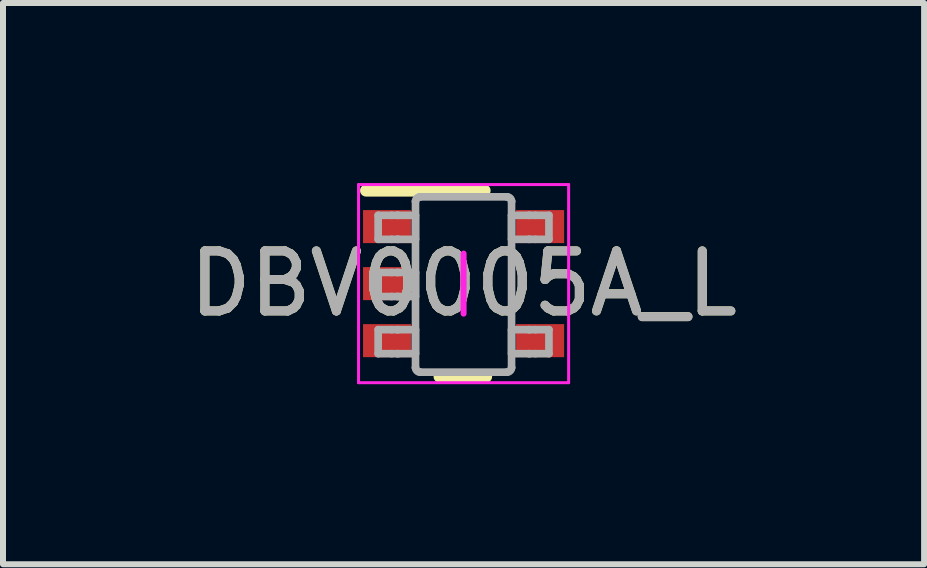
<source format=kicad_pcb>
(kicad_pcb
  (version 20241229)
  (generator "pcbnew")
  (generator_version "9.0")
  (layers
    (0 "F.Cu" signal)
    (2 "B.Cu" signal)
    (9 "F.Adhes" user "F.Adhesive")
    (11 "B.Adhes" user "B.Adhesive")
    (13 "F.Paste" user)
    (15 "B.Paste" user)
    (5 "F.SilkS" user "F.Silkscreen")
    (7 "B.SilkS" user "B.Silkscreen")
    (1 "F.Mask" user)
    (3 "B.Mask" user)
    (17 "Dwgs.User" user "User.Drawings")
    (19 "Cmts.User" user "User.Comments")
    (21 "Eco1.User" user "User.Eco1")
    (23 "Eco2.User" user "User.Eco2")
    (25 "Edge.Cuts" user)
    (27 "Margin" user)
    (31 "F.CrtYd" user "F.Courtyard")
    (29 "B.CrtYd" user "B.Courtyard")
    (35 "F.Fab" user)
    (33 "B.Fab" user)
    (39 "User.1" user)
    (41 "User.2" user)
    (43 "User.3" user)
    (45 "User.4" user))
  (footprint "DBV0005A_L"
    (layer "F.Cu")
    (at 4.673 1.675)
    (property "Reference" "DBV0005A_L" (at 0 0 0) (unlocked yes) (layer "F.SilkS") (effects (font (size 1 1) (thickness 0.15))))
    (attr smd)
    (fp_line (start -1.625 -1.55) (end 0.35 -1.55) (stroke (width 0.2) (type solid)) (layer "F.SilkS"))
    (fp_line (start -0.4 1.55) (end 0.375 1.55) (stroke (width 0.2) (type solid)) (layer "F.SilkS"))
    (fp_line (start -1.75 -1.65) (end 1.75 -1.65) (stroke (width 0.05) (type solid)) (layer "F.CrtYd"))
    (fp_line (start -1.75 1.65) (end -1.75 -1.65) (stroke (width 0.05) (type solid)) (layer "F.CrtYd"))
    (fp_line (start -1.75 1.65) (end 1.75 1.65) (stroke (width 0.05) (type solid)) (layer "F.CrtYd"))
    (fp_line (start 0 0.5) (end 0 -0.5) (stroke (width 0.1) (type solid)) (layer "F.CrtYd"))
    (fp_line (start 1.75 1.65) (end 1.75 -1.65) (stroke (width 0.05) (type solid)) (layer "F.CrtYd"))
    (fp_line (start -1.423 -1.138) (end -1.199 -1.138) (stroke (width 0.127) (type solid)) (layer "F.Fab"))
    (fp_line (start -1.423 -0.738) (end -1.423 -1.138) (stroke (width 0.127) (type solid)) (layer "F.Fab"))
    (fp_line (start -1.423 -0.738) (end -1.199 -0.738) (stroke (width 0.127) (type solid)) (layer "F.Fab"))
    (fp_line (start -1.423 -0.186) (end -1.199 -0.186) (stroke (width 0.127) (type solid)) (layer "F.Fab"))
    (fp_line (start -1.423 0.215) (end -1.423 -0.186) (stroke (width 0.127) (type solid)) (layer "F.Fab"))
    (fp_line (start -1.423 0.215) (end -1.199 0.215) (stroke (width 0.127) (type solid)) (layer "F.Fab"))
    (fp_line (start -1.423 0.767) (end -1.199 0.767) (stroke (width 0.127) (type solid)) (layer "F.Fab"))
    (fp_line (start -1.423 1.167) (end -1.423 0.767) (stroke (width 0.127) (type solid)) (layer "F.Fab"))
    (fp_line (start -1.423 1.167) (end -1.199 1.167) (stroke (width 0.127) (type solid)) (layer "F.Fab"))
    (fp_line (start -1.199 -1.138) (end -1.105 -1.138) (stroke (width 0.127) (type solid)) (layer "F.Fab"))
    (fp_line (start -1.199 -0.738) (end -1.105 -0.738) (stroke (width 0.127) (type solid)) (layer "F.Fab"))
    (fp_line (start -1.199 -0.186) (end -1.105 -0.186) (stroke (width 0.127) (type solid)) (layer "F.Fab"))
    (fp_line (start -1.199 0.215) (end -1.105 0.215) (stroke (width 0.127) (type solid)) (layer "F.Fab"))
    (fp_line (start -1.199 0.767) (end -1.105 0.767) (stroke (width 0.127) (type solid)) (layer "F.Fab"))
    (fp_line (start -1.199 1.167) (end -1.105 1.167) (stroke (width 0.127) (type solid)) (layer "F.Fab"))
    (fp_line (start -1.105 -1.138) (end -1.088 -1.138) (stroke (width 0.127) (type solid)) (layer "F.Fab"))
    (fp_line (start -1.105 -0.738) (end -1.088 -0.738) (stroke (width 0.127) (type solid)) (layer "F.Fab"))
    (fp_line (start -1.105 -0.186) (end -1.088 -0.186) (stroke (width 0.127) (type solid)) (layer "F.Fab"))
    (fp_line (start -1.105 0.215) (end -1.088 0.215) (stroke (width 0.127) (type solid)) (layer "F.Fab"))
    (fp_line (start -1.105 0.767) (end -1.088 0.767) (stroke (width 0.127) (type solid)) (layer "F.Fab"))
    (fp_line (start -1.105 1.167) (end -1.088 1.167) (stroke (width 0.127) (type solid)) (layer "F.Fab"))
    (fp_line (start -1.088 -1.138) (end -0.835 -1.138) (stroke (width 0.127) (type solid)) (layer "F.Fab"))
    (fp_line (start -1.088 -0.738) (end -0.835 -0.738) (stroke (width 0.127) (type solid)) (layer "F.Fab"))
    (fp_line (start -1.088 -0.186) (end -0.835 -0.186) (stroke (width 0.127) (type solid)) (layer "F.Fab"))
    (fp_line (start -1.088 0.215) (end -0.835 0.215) (stroke (width 0.127) (type solid)) (layer "F.Fab"))
    (fp_line (start -1.088 0.767) (end -0.835 0.767) (stroke (width 0.127) (type solid)) (layer "F.Fab"))
    (fp_line (start -1.088 1.167) (end -0.835 1.167) (stroke (width 0.127) (type solid)) (layer "F.Fab"))
    (fp_line (start -0.835 -1.138) (end -0.801 -1.138) (stroke (width 0.127) (type solid)) (layer "F.Fab"))
    (fp_line (start -0.835 -0.738) (end -0.801 -0.738) (stroke (width 0.127) (type solid)) (layer "F.Fab"))
    (fp_line (start -0.835 -0.186) (end -0.801 -0.186) (stroke (width 0.127) (type solid)) (layer "F.Fab"))
    (fp_line (start -0.835 0.215) (end -0.801 0.215) (stroke (width 0.127) (type solid)) (layer "F.Fab"))
    (fp_line (start -0.835 0.767) (end -0.801 0.767) (stroke (width 0.127) (type solid)) (layer "F.Fab"))
    (fp_line (start -0.835 1.167) (end -0.801 1.167) (stroke (width 0.127) (type solid)) (layer "F.Fab"))
    (fp_line (start -0.801 -1.37) (end -0.801 -1.371) (stroke (width 0.127) (type solid)) (layer "F.Fab"))
    (fp_line (start -0.801 -0.738) (end -0.801 -1.138) (stroke (width 0.127) (type solid)) (layer "F.Fab"))
    (fp_line (start -0.801 0.215) (end -0.801 -0.186) (stroke (width 0.127) (type solid)) (layer "F.Fab"))
    (fp_line (start -0.801 1.167) (end -0.801 0.767) (stroke (width 0.127) (type solid)) (layer "F.Fab"))
    (fp_line (start -0.801 1.399) (end -0.801 -1.37) (stroke (width 0.127) (type solid)) (layer "F.Fab"))
    (fp_line (start -0.801 1.4) (end -0.801 1.399) (stroke (width 0.127) (type solid)) (layer "F.Fab"))
    (fp_line (start -0.725 -1.446) (end -0.725 -1.446) (stroke (width 0.127) (type solid)) (layer "F.Fab"))
    (fp_line (start -0.725 1.475) (end -0.725 1.475) (stroke (width 0.127) (type solid)) (layer "F.Fab"))
    (fp_line (start -0.725 -1.446) (end 0.723 -1.446) (stroke (width 0.127) (type solid)) (layer "F.Fab"))
    (fp_line (start -0.725 1.475) (end 0.723 1.475) (stroke (width 0.127) (type solid)) (layer "F.Fab"))
    (fp_line (start 0.723 -1.446) (end 0.724 -1.446) (stroke (width 0.127) (type solid)) (layer "F.Fab"))
    (fp_line (start 0.723 1.475) (end 0.724 1.475) (stroke (width 0.127) (type solid)) (layer "F.Fab"))
    (fp_line (start 0.799 -1.37) (end 0.799 -1.371) (stroke (width 0.127) (type solid)) (layer "F.Fab"))
    (fp_line (start 0.799 -1.138) (end 0.834 -1.138) (stroke (width 0.127) (type solid)) (layer "F.Fab"))
    (fp_line (start 0.799 -0.738) (end 0.799 -1.138) (stroke (width 0.127) (type solid)) (layer "F.Fab"))
    (fp_line (start 0.799 -0.738) (end 0.834 -0.738) (stroke (width 0.127) (type solid)) (layer "F.Fab"))
    (fp_line (start 0.799 0.767) (end 0.834 0.767) (stroke (width 0.127) (type solid)) (layer "F.Fab"))
    (fp_line (start 0.799 1.167) (end 0.799 0.767) (stroke (width 0.127) (type solid)) (layer "F.Fab"))
    (fp_line (start 0.799 1.167) (end 0.834 1.167) (stroke (width 0.127) (type solid)) (layer "F.Fab"))
    (fp_line (start 0.799 1.399) (end 0.799 -1.37) (stroke (width 0.127) (type solid)) (layer "F.Fab"))
    (fp_line (start 0.799 1.4) (end 0.799 1.399) (stroke (width 0.127) (type solid)) (layer "F.Fab"))
    (fp_line (start 0.834 -1.138) (end 1.087 -1.138) (stroke (width 0.127) (type solid)) (layer "F.Fab"))
    (fp_line (start 0.834 -0.738) (end 1.087 -0.738) (stroke (width 0.127) (type solid)) (layer "F.Fab"))
    (fp_line (start 0.834 0.767) (end 1.087 0.767) (stroke (width 0.127) (type solid)) (layer "F.Fab"))
    (fp_line (start 0.834 1.167) (end 1.087 1.167) (stroke (width 0.127) (type solid)) (layer "F.Fab"))
    (fp_line (start 1.087 -1.138) (end 1.103 -1.138) (stroke (width 0.127) (type solid)) (layer "F.Fab"))
    (fp_line (start 1.087 -0.738) (end 1.103 -0.738) (stroke (width 0.127) (type solid)) (layer "F.Fab"))
    (fp_line (start 1.087 0.767) (end 1.103 0.767) (stroke (width 0.127) (type solid)) (layer "F.Fab"))
    (fp_line (start 1.087 1.167) (end 1.103 1.167) (stroke (width 0.127) (type solid)) (layer "F.Fab"))
    (fp_line (start 1.103 -1.138) (end 1.198 -1.138) (stroke (width 0.127) (type solid)) (layer "F.Fab"))
    (fp_line (start 1.103 -0.738) (end 1.198 -0.738) (stroke (width 0.127) (type solid)) (layer "F.Fab"))
    (fp_line (start 1.103 0.767) (end 1.198 0.767) (stroke (width 0.127) (type solid)) (layer "F.Fab"))
    (fp_line (start 1.103 1.167) (end 1.198 1.167) (stroke (width 0.127) (type solid)) (layer "F.Fab"))
    (fp_line (start 1.198 -1.138) (end 1.422 -1.138) (stroke (width 0.127) (type solid)) (layer "F.Fab"))
    (fp_line (start 1.198 -0.738) (end 1.422 -0.738) (stroke (width 0.127) (type solid)) (layer "F.Fab"))
    (fp_line (start 1.198 0.767) (end 1.422 0.767) (stroke (width 0.127) (type solid)) (layer "F.Fab"))
    (fp_line (start 1.198 1.167) (end 1.422 1.167) (stroke (width 0.127) (type solid)) (layer "F.Fab"))
    (fp_line (start 1.422 -0.738) (end 1.422 -1.138) (stroke (width 0.127) (type solid)) (layer "F.Fab"))
    (fp_line (start 1.422 1.167) (end 1.422 0.767) (stroke (width 0.127) (type solid)) (layer "F.Fab"))
    (fp_arc (start -0.80074 -1.37084) (mid -0.778218 -1.423887) (end -0.724999 -1.445998) (stroke (width 0.127) (type solid)) (layer "F.Fab"))
    (fp_arc (start -0.724999 1.475) (mid -0.778213 1.452901) (end -0.80074 1.399867) (stroke (width 0.127) (type solid)) (layer "F.Fab"))
    (fp_arc (start 0.723714 -1.445998) (mid 0.776933 -1.423887) (end 0.799455 -1.37084) (stroke (width 0.127) (type solid)) (layer "F.Fab"))
    (fp_arc (start 0.799455 1.399868) (mid 0.776927 1.452901) (end 0.723713 1.475) (stroke (width 0.127) (type solid)) (layer "F.Fab"))
    (fp_text user "${REFERENCE}" (at 0 0 0) (unlocked yes) (layer "F.Fab") (effects (font (size 1 1) (thickness 0.15))))
    (pad "1" smd rect (at -1.275 -0.95 90) (size 0.55 0.8) (layers "F.Cu" "F.Mask" "F.Paste"))
    (pad "2" smd rect (at -1.275 0 90) (size 0.55 0.8) (layers "F.Cu" "F.Mask" "F.Paste"))
    (pad "3" smd rect (at -1.275 0.95 90) (size 0.55 0.8) (layers "F.Cu" "F.Mask" "F.Paste"))
    (pad "4" smd rect (at 1.275 0.95 90) (size 0.55 0.8) (layers "F.Cu" "F.Mask" "F.Paste"))
    (pad "5" smd rect (at 1.275 -0.95 90) (size 0.55 0.8) (layers "F.Cu" "F.Mask" "F.Paste")))
  (gr_rect
    (start -3 -3)
    (end 12.345 6.35)
    (stroke (width 0.1) (type default))
    (fill no)
    (layer "Edge.Cuts")))
</source>
